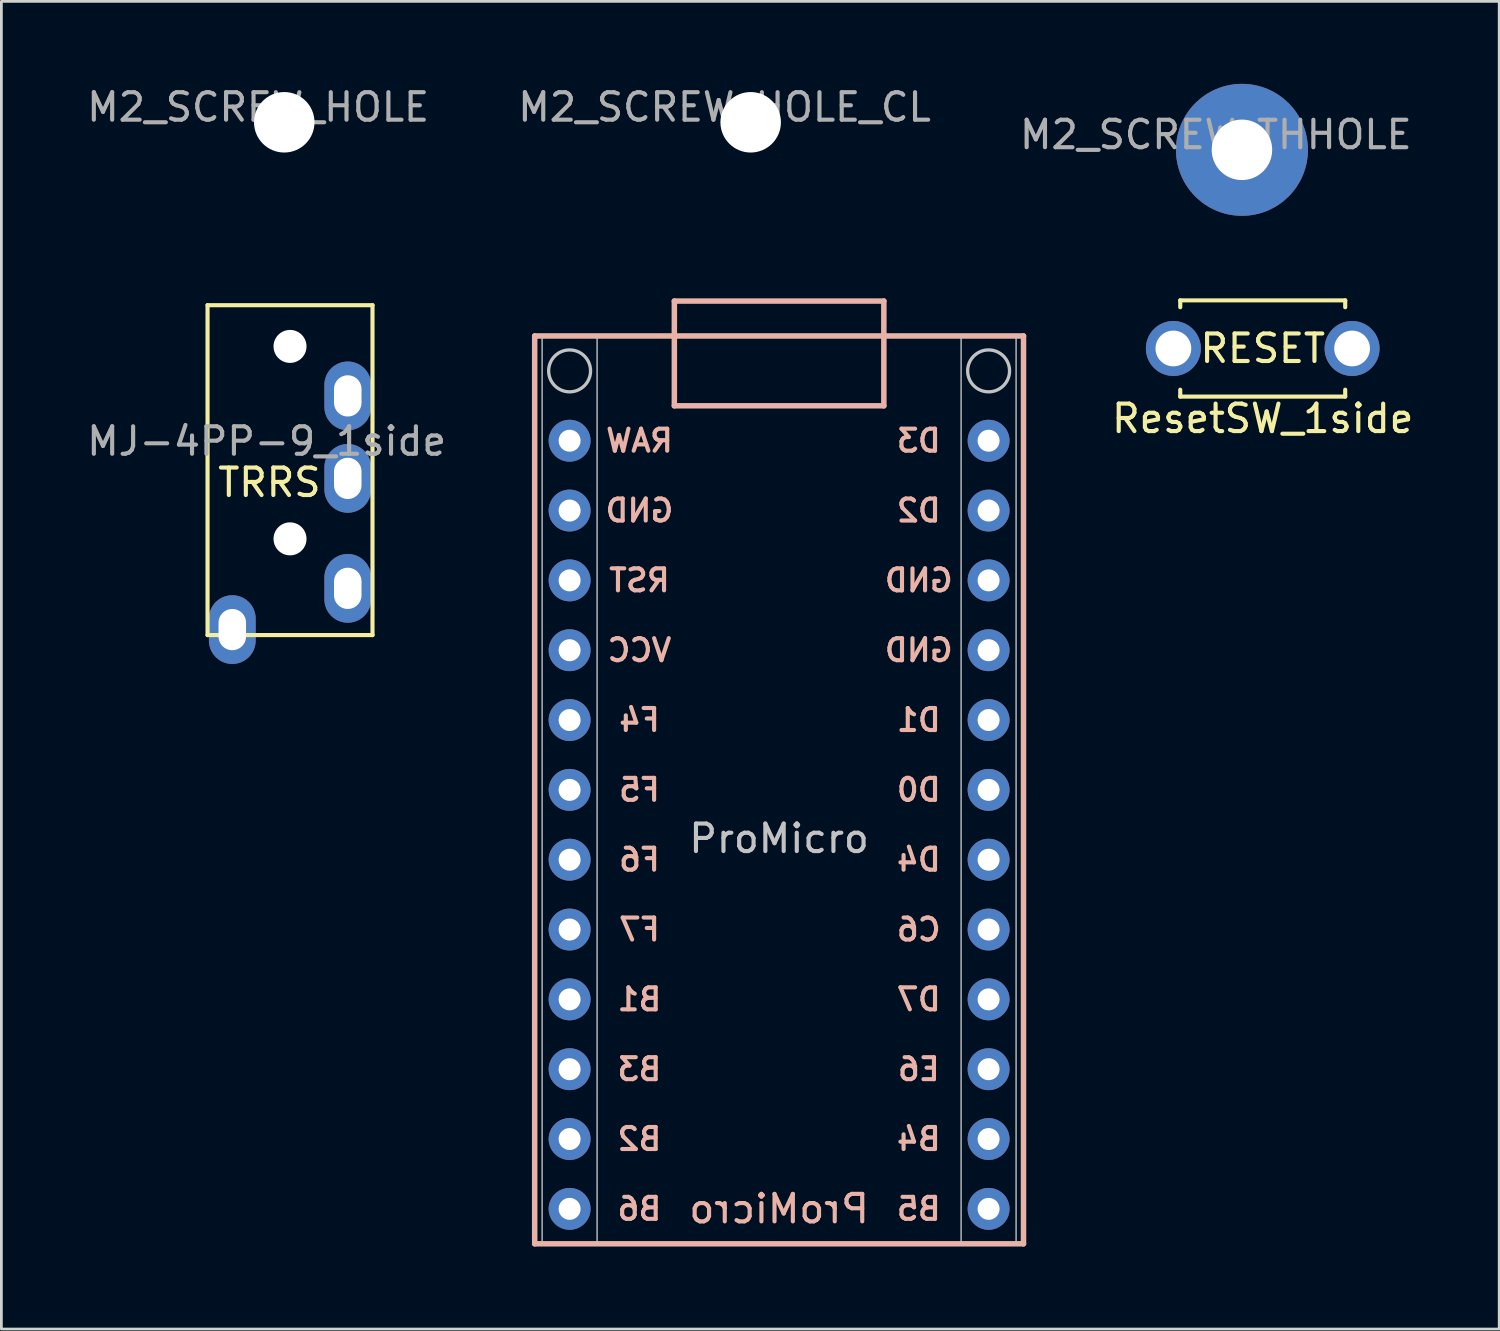
<source format=kicad_pcb>
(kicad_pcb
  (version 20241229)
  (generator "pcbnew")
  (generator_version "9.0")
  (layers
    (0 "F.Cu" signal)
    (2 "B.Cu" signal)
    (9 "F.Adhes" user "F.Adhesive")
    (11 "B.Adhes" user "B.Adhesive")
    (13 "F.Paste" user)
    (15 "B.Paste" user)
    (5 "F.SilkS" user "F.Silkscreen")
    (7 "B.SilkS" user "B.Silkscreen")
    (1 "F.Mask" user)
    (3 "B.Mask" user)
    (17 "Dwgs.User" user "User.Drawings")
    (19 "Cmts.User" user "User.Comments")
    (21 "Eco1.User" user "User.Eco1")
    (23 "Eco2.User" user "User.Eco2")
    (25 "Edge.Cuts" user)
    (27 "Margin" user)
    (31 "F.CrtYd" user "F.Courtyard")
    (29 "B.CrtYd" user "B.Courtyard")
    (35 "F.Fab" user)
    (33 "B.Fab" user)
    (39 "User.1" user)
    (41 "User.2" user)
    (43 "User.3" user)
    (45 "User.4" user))
  (footprint "ProMicro"
    (layer "F.Cu")
    (at 25.288 26.95)
    (property "Reference" "ProMicro" (at 0 0.5 0) (layer "Dwgs.User") (effects (font (size 1 1) (thickness 0.15))))
    (attr through_hole)
    (fp_line (start -8.89 -17.78) (end 8.89 -17.78) (stroke (width 0.2) (type solid)) (layer "B.SilkS"))
    (fp_line (start -8.89 15.24) (end -8.89 -17.78) (stroke (width 0.2) (type solid)) (layer "B.SilkS"))
    (fp_line (start -3.81 -19.05) (end -3.81 -15.24) (stroke (width 0.2) (type solid)) (layer "B.SilkS"))
    (fp_line (start -3.81 -15.24) (end 3.81 -15.24) (stroke (width 0.2) (type solid)) (layer "B.SilkS"))
    (fp_line (start 3.81 -19.05) (end -3.81 -19.05) (stroke (width 0.2) (type solid)) (layer "B.SilkS"))
    (fp_line (start 3.81 -15.24) (end 3.81 -19.05) (stroke (width 0.2) (type solid)) (layer "B.SilkS"))
    (fp_line (start 8.89 -17.78) (end 8.89 15.24) (stroke (width 0.2) (type solid)) (layer "B.SilkS"))
    (fp_line (start 8.89 15.24) (end -8.89 15.24) (stroke (width 0.2) (type solid)) (layer "B.SilkS"))
    (fp_line (start -8.62 -17.78) (end -8.62 15.24) (stroke (width 0.05) (type solid)) (layer "Dwgs.User"))
    (fp_line (start -6.62 -17.78) (end -6.62 15.24) (stroke (width 0.05) (type solid)) (layer "Dwgs.User"))
    (fp_line (start 6.62 -17.78) (end 6.62 15.24) (stroke (width 0.05) (type solid)) (layer "Dwgs.User"))
    (fp_line (start 8.62 -17.78) (end 8.62 15.24) (stroke (width 0.05) (type solid)) (layer "Dwgs.User"))
    (fp_circle (center -7.62 -16.51) (end -6.858 -16.51) (stroke (width 0.12) (type solid)) (fill no) (layer "Dwgs.User"))
    (fp_circle (center 7.62 -16.51) (end 8.382 -16.51) (stroke (width 0.12) (type solid)) (fill no) (layer "Dwgs.User"))
    (fp_text user "D4" (at 5.08 1.27 0) (unlocked yes) (layer "B.SilkS") (effects (font (size 0.8 0.8) (thickness 0.15)) (justify mirror)))
    (fp_text user "F5" (at -5.08 -1.27 0) (unlocked yes) (layer "B.SilkS") (effects (font (size 0.8 0.8) (thickness 0.15)) (justify mirror)))
    (fp_text user "F6" (at -5.08 1.27 0) (unlocked yes) (layer "B.SilkS") (effects (font (size 0.8 0.8) (thickness 0.15)) (justify mirror)))
    (fp_text user "GND" (at 5.08 -8.89 0) (unlocked yes) (layer "B.SilkS") (effects (font (size 0.8 0.8) (thickness 0.15)) (justify mirror)))
    (fp_text user "ProMicro" (at 0 13.97 0) (unlocked yes) (layer "B.SilkS") (effects (font (size 1 1) (thickness 0.15)) (justify mirror)))
    (fp_text user "B5" (at 5.08 13.97 0) (unlocked yes) (layer "B.SilkS") (effects (font (size 0.8 0.8) (thickness 0.15)) (justify mirror)))
    (fp_text user "B4" (at 5.08 11.43 0) (unlocked yes) (layer "B.SilkS") (effects (font (size 0.8 0.8) (thickness 0.15)) (justify mirror)))
    (fp_text user "RST" (at -5.08 -8.89 0) (unlocked yes) (layer "B.SilkS") (effects (font (size 0.8 0.8) (thickness 0.15)) (justify mirror)))
    (fp_text user "B6" (at -5.08 13.97 0) (unlocked yes) (layer "B.SilkS") (effects (font (size 0.8 0.8) (thickness 0.15)) (justify mirror)))
    (fp_text user "GND" (at -5.08 -11.43 0) (unlocked yes) (layer "B.SilkS") (effects (font (size 0.8 0.8) (thickness 0.15)) (justify mirror)))
    (fp_text user "D7" (at 5.08 6.35 0) (unlocked yes) (layer "B.SilkS") (effects (font (size 0.8 0.8) (thickness 0.15)) (justify mirror)))
    (fp_text user "C6" (at 5.08 3.81 0) (unlocked yes) (layer "B.SilkS") (effects (font (size 0.8 0.8) (thickness 0.15)) (justify mirror)))
    (fp_text user "RAW" (at -5.08 -13.97 0) (unlocked yes) (layer "B.SilkS") (effects (font (size 0.8 0.8) (thickness 0.15)) (justify mirror)))
    (fp_text user "B1" (at -5.08 6.35 0) (layer "B.SilkS") (effects (font (size 0.8 0.8) (thickness 0.15)) (justify mirror)))
    (fp_text user "F4" (at -5.08 -3.81 0) (unlocked yes) (layer "B.SilkS") (effects (font (size 0.8 0.8) (thickness 0.15)) (justify mirror)))
    (fp_text user "B3" (at -5.08 8.89 0) (unlocked yes) (layer "B.SilkS") (effects (font (size 0.8 0.8) (thickness 0.15)) (justify mirror)))
    (fp_text user "GND" (at 5.08 -6.35 0) (unlocked yes) (layer "B.SilkS") (effects (font (size 0.8 0.8) (thickness 0.15)) (justify mirror)))
    (fp_text user "B2" (at -5.08 11.43 0) (unlocked yes) (layer "B.SilkS") (effects (font (size 0.8 0.8) (thickness 0.15)) (justify mirror)))
    (fp_text user "D0" (at 5.08 -1.27 0) (unlocked yes) (layer "B.SilkS") (effects (font (size 0.8 0.8) (thickness 0.15)) (justify mirror)))
    (fp_text user "F7" (at -5.08 3.81 0) (unlocked yes) (layer "B.SilkS") (effects (font (size 0.8 0.8) (thickness 0.15)) (justify mirror)))
    (fp_text user "VCC" (at -5.08 -6.35 0) (unlocked yes) (layer "B.SilkS") (effects (font (size 0.8 0.8) (thickness 0.15)) (justify mirror)))
    (fp_text user "D2" (at 5.08 -11.43 0) (unlocked yes) (layer "B.SilkS") (effects (font (size 0.8 0.8) (thickness 0.15)) (justify mirror)))
    (fp_text user "E6" (at 5.08 8.89 0) (unlocked yes) (layer "B.SilkS") (effects (font (size 0.8 0.8) (thickness 0.15)) (justify mirror)))
    (fp_text user "D1" (at 5.08 -3.81 0) (unlocked yes) (layer "B.SilkS") (effects (font (size 0.8 0.8) (thickness 0.15)) (justify mirror)))
    (fp_text user "D3" (at 5.08 -13.97 0) (layer "B.SilkS") (effects (font (size 0.8 0.8) (thickness 0.15)) (justify mirror)))
    (pad "1" thru_hole circle (at 7.62 -13.97 270) (size 1.524 1.524) (drill 0.8) (layers "*.Cu" "*.Mask"))
    (pad "2" thru_hole circle (at 7.62 -11.43 270) (size 1.524 1.524) (drill 0.8) (layers "*.Cu" "*.Mask"))
    (pad "3" thru_hole circle (at 7.62 -8.89 270) (size 1.524 1.524) (drill 0.8) (layers "*.Cu" "*.Mask"))
    (pad "4" thru_hole circle (at 7.62 -6.35 270) (size 1.524 1.524) (drill 0.8) (layers "*.Cu" "*.Mask"))
    (pad "5" thru_hole circle (at 7.62 -3.81 270) (size 1.524 1.524) (drill 0.8) (layers "*.Cu" "*.Mask"))
    (pad "6" thru_hole circle (at 7.62 -1.27 270) (size 1.524 1.524) (drill 0.8) (layers "*.Cu" "*.Mask"))
    (pad "7" thru_hole circle (at 7.62 1.27 270) (size 1.524 1.524) (drill 0.8) (layers "*.Cu" "*.Mask"))
    (pad "8" thru_hole circle (at 7.62 3.81 270) (size 1.524 1.524) (drill 0.8) (layers "*.Cu" "*.Mask"))
    (pad "9" thru_hole circle (at 7.62 6.35 270) (size 1.524 1.524) (drill 0.8) (layers "*.Cu" "*.Mask"))
    (pad "10" thru_hole circle (at 7.62 8.89 270) (size 1.524 1.524) (drill 0.8) (layers "*.Cu" "*.Mask"))
    (pad "11" thru_hole circle (at 7.62 11.43 270) (size 1.524 1.524) (drill 0.8) (layers "*.Cu" "*.Mask"))
    (pad "12" thru_hole circle (at 7.62 13.97 270) (size 1.524 1.524) (drill 0.8) (layers "*.Cu" "*.Mask"))
    (pad "13" thru_hole circle (at -7.62 13.97 270) (size 1.524 1.524) (drill 0.8) (layers "*.Cu" "*.Mask"))
    (pad "14" thru_hole circle (at -7.62 11.43 270) (size 1.524 1.524) (drill 0.8) (layers "*.Cu" "*.Mask"))
    (pad "15" thru_hole circle (at -7.62 8.89 270) (size 1.524 1.524) (drill 0.8) (layers "*.Cu" "*.Mask"))
    (pad "16" thru_hole circle (at -7.62 6.35 270) (size 1.524 1.524) (drill 0.8) (layers "*.Cu" "*.Mask"))
    (pad "17" thru_hole circle (at -7.62 3.81 270) (size 1.524 1.524) (drill 0.8) (layers "*.Cu" "*.Mask"))
    (pad "18" thru_hole circle (at -7.62 1.27 270) (size 1.524 1.524) (drill 0.8) (layers "*.Cu" "*.Mask"))
    (pad "19" thru_hole circle (at -7.62 -1.27 270) (size 1.524 1.524) (drill 0.8) (layers "*.Cu" "*.Mask"))
    (pad "20" thru_hole circle (at -7.62 -3.81 270) (size 1.524 1.524) (drill 0.8) (layers "*.Cu" "*.Mask"))
    (pad "21" thru_hole circle (at -7.62 -6.35 270) (size 1.524 1.524) (drill 0.8) (layers "*.Cu" "*.Mask"))
    (pad "22" thru_hole circle (at -7.62 -8.89 270) (size 1.524 1.524) (drill 0.8) (layers "*.Cu" "*.Mask"))
    (pad "23" thru_hole circle (at -7.62 -11.43 270) (size 1.524 1.524) (drill 0.8) (layers "*.Cu" "*.Mask"))
    (pad "24" thru_hole circle (at -7.62 -13.97 270) (size 1.524 1.524) (drill 0.8) (layers "*.Cu" "*.Mask")))
  (footprint "M2_SCREW_HOLE"
    (layer "F.Cu")
    (at 7.289 1.398)
    (property "Reference" "M2_SCREW_HOLE" (at -0.95 -0.55 0) (layer "F.Fab") (effects (font (size 1 1) (thickness 0.15))))
    (attr exclude_from_pos_files exclude_from_bom)
    (pad "" np_thru_hole circle (at 0 0) (size 2.2 2.2) (drill 2.2) (layers "*.Cu" "*.Mask")))
  (footprint "M2_SCREW_HOLE_CL"
    (layer "F.Cu")
    (at 24.254 1.398)
    (property "Reference" "M2_SCREW_HOLE_CL" (at -0.95 -0.55 0) (layer "F.Fab") (effects (font (size 1 1) (thickness 0.15))))
    (attr exclude_from_pos_files exclude_from_bom)
    (pad "" np_thru_hole circle (at 0 0) (size 2.2 2.2) (drill 2.2) (layers "*.Cu" "*.Mask")))
  (footprint "MJ-4PP-9_1side"
    (layer "F.Cu")
    (at 7.499 8.05)
    (property "Reference" "MJ-4PP-9_1side" (at -0.85 4.95 0) (layer "F.Fab") (effects (font (size 1 1) (thickness 0.15))))
    (attr through_hole)
    (fp_line (start -3 0) (end 3 0) (stroke (width 0.15) (type solid)) (layer "F.SilkS"))
    (fp_line (start -3 12) (end -3 0) (stroke (width 0.15) (type solid)) (layer "F.SilkS"))
    (fp_line (start 3 0) (end 3 12) (stroke (width 0.15) (type solid)) (layer "F.SilkS"))
    (fp_line (start 3 12) (end -3 12) (stroke (width 0.15) (type solid)) (layer "F.SilkS"))
    (fp_text user "TRRS" (at -0.75 6.45 0) (layer "F.SilkS") (effects (font (size 1 1) (thickness 0.15))))
    (pad "" np_thru_hole circle (at 0 1.5) (size 1.2 1.2) (drill 1.2) (layers "*.Cu" "*.Mask"))
    (pad "" np_thru_hole circle (at 0 8.5) (size 1.2 1.2) (drill 1.2) (layers "*.Cu" "*.Mask"))
    (pad "A" thru_hole oval (at -2.1 11.8) (size 1.7 2.5) (drill oval 1 1.5) (layers "*.Cu" "*.Mask"))
    (pad "B" thru_hole oval (at 2.1 3.3) (size 1.7 2.5) (drill oval 1 1.5) (layers "*.Cu" "*.Mask"))
    (pad "C" thru_hole oval (at 2.1 6.3) (size 1.7 2.5) (drill oval 1 1.5) (layers "*.Cu" "*.Mask"))
    (pad "D" thru_hole oval (at 2.1 10.3) (size 1.7 2.5) (drill oval 1 1.5) (layers "*.Cu" "*.Mask")))
  (footprint "ResetSW_1side"
    (layer "F.Cu")
    (at 42.879 9.625)
    (property "Reference" "ResetSW_1side" (at 0 2.55 0) (layer "F.SilkS") (effects (font (size 1 1) (thickness 0.15))))
    (attr through_hole)
    (fp_line (start -3 -1.75) (end -3 -1.5) (stroke (width 0.15) (type solid)) (layer "F.SilkS"))
    (fp_line (start -3 -1.75) (end 3 -1.75) (stroke (width 0.15) (type solid)) (layer "F.SilkS"))
    (fp_line (start -3 1.75) (end -3 1.5) (stroke (width 0.15) (type solid)) (layer "F.SilkS"))
    (fp_line (start -3 1.75) (end 3 1.75) (stroke (width 0.15) (type solid)) (layer "F.SilkS"))
    (fp_line (start 3 -1.75) (end 3 -1.5) (stroke (width 0.15) (type solid)) (layer "F.SilkS"))
    (fp_line (start 3 1.75) (end 3 1.5) (stroke (width 0.15) (type solid)) (layer "F.SilkS"))
    (fp_text user "RESET" (at 0 0 0) (layer "F.SilkS") (effects (font (size 1 1) (thickness 0.15))))
    (pad "1" thru_hole circle (at 3.25 0) (size 2 2) (drill 1.3) (layers "*.Cu" "*.Mask"))
    (pad "2" thru_hole circle (at -3.25 0) (size 2 2) (drill 1.3) (layers "*.Cu" "*.Mask")))
  (footprint "M2_SCREW_THHOLE"
    (layer "F.Cu")
    (at 42.123 2.4)
    (property "Reference" "M2_SCREW_THHOLE" (at -0.95 -0.55 0) (layer "F.Fab") (effects (font (size 1 1) (thickness 0.15))))
    (attr exclude_from_pos_files exclude_from_bom)
    (pad "" thru_hole circle (at 0 0) (size 4.8 4.8) (drill 2.2) (layers "*.Cu" "*.Mask")))
  (gr_rect
    (start -3 -3)
    (end 51.48 45.29)
    (stroke (width 0.1) (type default))
    (fill no)
    (layer "Edge.Cuts")))
</source>
